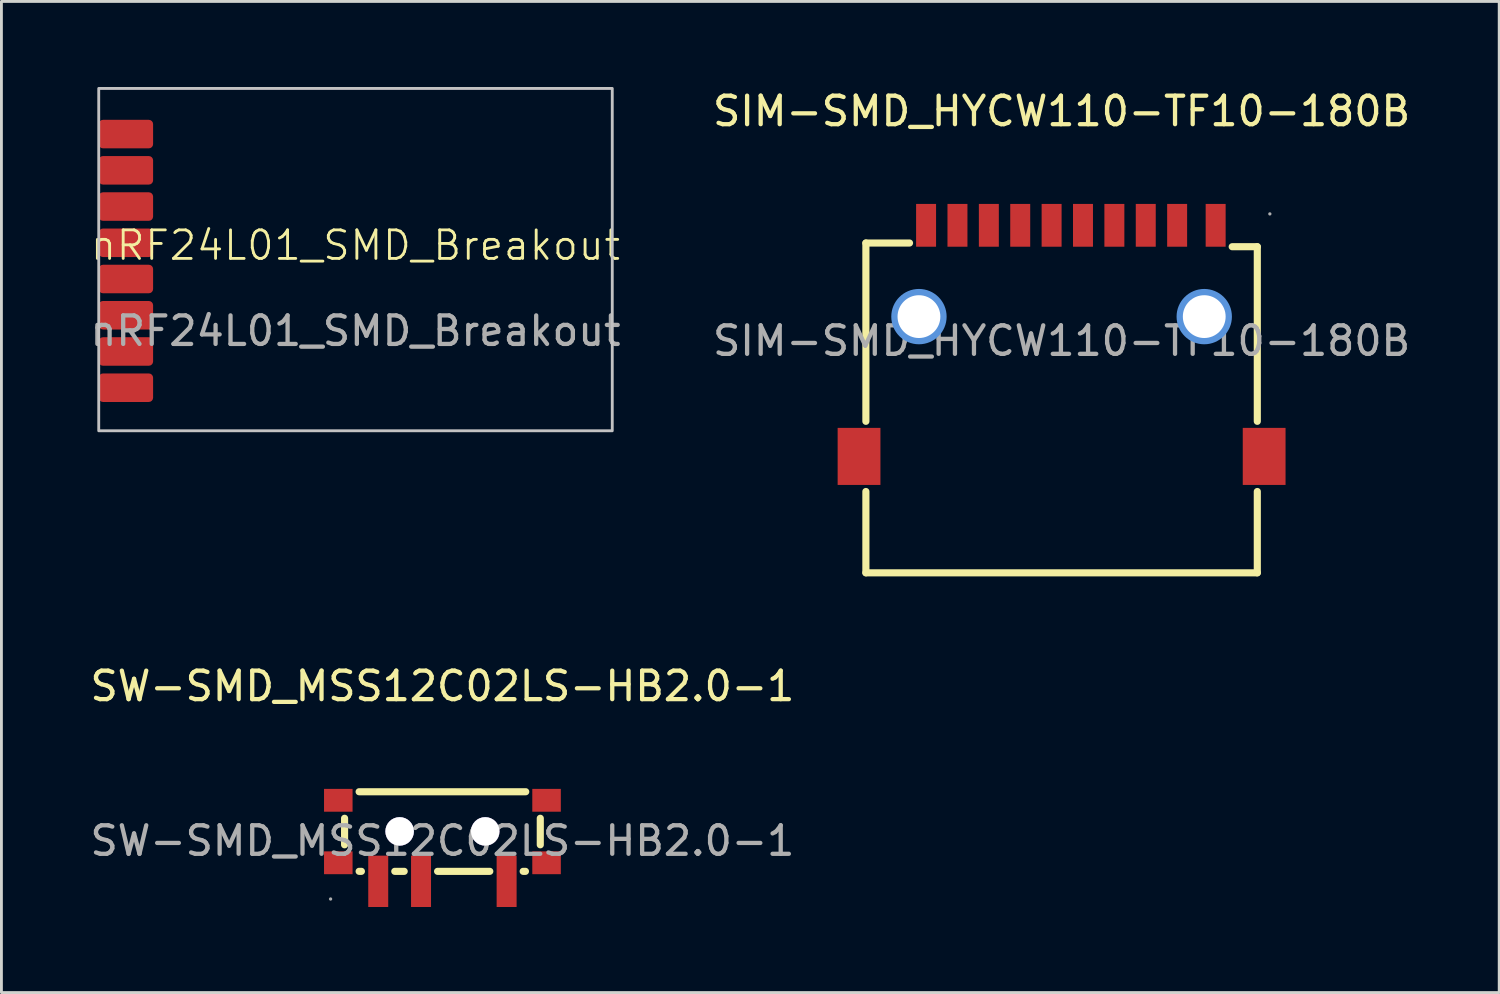
<source format=kicad_pcb>
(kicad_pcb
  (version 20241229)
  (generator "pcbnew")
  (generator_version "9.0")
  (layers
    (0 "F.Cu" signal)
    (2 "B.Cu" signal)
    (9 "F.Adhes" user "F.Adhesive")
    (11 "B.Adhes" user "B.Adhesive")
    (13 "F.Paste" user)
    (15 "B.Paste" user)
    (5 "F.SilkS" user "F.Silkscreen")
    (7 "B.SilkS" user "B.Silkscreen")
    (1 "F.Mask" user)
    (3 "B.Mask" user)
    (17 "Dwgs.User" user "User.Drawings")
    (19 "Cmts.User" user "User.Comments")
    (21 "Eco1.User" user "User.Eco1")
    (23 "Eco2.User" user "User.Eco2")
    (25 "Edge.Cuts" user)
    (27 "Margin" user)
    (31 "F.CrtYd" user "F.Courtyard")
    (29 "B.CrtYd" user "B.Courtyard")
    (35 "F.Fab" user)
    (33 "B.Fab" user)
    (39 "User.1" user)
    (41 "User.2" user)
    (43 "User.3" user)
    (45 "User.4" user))
  (footprint "SW-SMD_MSS12C02LS-HB2.0-1"
    (layer "F.Cu")
    (at 12.458 26.422)
    (property "Reference" "SW-SMD_MSS12C02LS-HB2.0-1" (at 0 -5.42 0) (layer "F.SilkS") (effects (font (size 1 1) (thickness 0.15))))
    (attr smd)
    (fp_line (start -3.43 -0.79) (end -3.43 0.14) (stroke (width 0.25) (type solid)) (layer "F.SilkS"))
    (fp_line (start -2.92 1.07) (end -2.84 1.07) (stroke (width 0.25) (type solid)) (layer "F.SilkS"))
    (fp_line (start -1.67 1.07) (end -1.34 1.07) (stroke (width 0.25) (type solid)) (layer "F.SilkS"))
    (fp_line (start -0.17 1.07) (end 1.66 1.07) (stroke (width 0.25) (type solid)) (layer "F.SilkS"))
    (fp_line (start 2.83 1.07) (end 2.91 1.07) (stroke (width 0.25) (type solid)) (layer "F.SilkS"))
    (fp_line (start 2.92 -1.72) (end -2.92 -1.72) (stroke (width 0.25) (type solid)) (layer "F.SilkS"))
    (fp_line (start 3.43 -0.79) (end 3.43 0.14) (stroke (width 0.25) (type solid)) (layer "F.SilkS"))
    (fp_circle (center -1.5 -0.33) (end -1.32 -0.33) (stroke (width 0.35) (type solid)) (fill no) (layer "Cmts.User"))
    (fp_circle (center 1.5 -0.33) (end 1.68 -0.33) (stroke (width 0.35) (type solid)) (fill no) (layer "Cmts.User"))
    (fp_circle (center -3.92 2.04) (end -3.89 2.04) (stroke (width 0.06) (type solid)) (fill no) (layer "F.Fab"))
    (fp_text user "${REFERENCE}" (at 0 0 0) (layer "F.Fab") (effects (font (size 1 1) (thickness 0.15))))
    (pad "" thru_hole circle (at -1.5 -0.33) (size 1 1) (drill 1) (layers "*.Cu" "*.Mask"))
    (pad "" thru_hole circle (at 1.5 -0.33) (size 1 1) (drill 1) (layers "*.Cu" "*.Mask"))
    (pad "1" smd rect (at -2.25 1.42) (size 0.7 1.8) (layers "F.Cu" "F.Mask" "F.Paste"))
    (pad "2" smd rect (at -0.75 1.42) (size 0.7 1.8) (layers "F.Cu" "F.Mask" "F.Paste"))
    (pad "3" smd rect (at 2.25 1.42) (size 0.7 1.8) (layers "F.Cu" "F.Mask" "F.Paste"))
    (pad "4" smd rect (at -3.65 -1.42 90) (size 0.8 1) (layers "F.Cu" "F.Mask" "F.Paste"))
    (pad "4" smd rect (at -3.65 0.77 90) (size 0.8 1) (layers "F.Cu" "F.Mask" "F.Paste"))
    (pad "4" smd rect (at 3.65 -1.42 90) (size 0.8 1) (layers "F.Cu" "F.Mask" "F.Paste"))
    (pad "4" smd rect (at 3.65 0.77 90) (size 0.8 1) (layers "F.Cu" "F.Mask" "F.Paste")))
  (footprint "nRF24L01_SMD_Breakout"
    (layer "F.Cu")
    (at 9.411 6.05)
    (property "Reference" "nRF24L01_SMD_Breakout" (at 0 -0.5 0) (unlocked yes) (layer "F.SilkS") (effects (font (size 1 1) (thickness 0.1))))
    (attr smd)
    (fp_rect (start -9 -6) (end 9 6) (stroke (width 0.1) (type solid)) (fill no) (layer "Dwgs.User"))
    (fp_rect (start -9 -6) (end 9 6) (stroke (width 0.05) (type default)) (fill no) (layer "F.CrtYd"))
    (fp_text user "${REFERENCE}" (at 0 2.5 0) (unlocked yes) (layer "F.Fab") (effects (font (size 1 1) (thickness 0.15))))
    (pad "1" smd roundrect (at -8.047 -3.13) (size 1.905 1) (layers "F.Cu" "F.Mask" "F.Paste") (roundrect_rratio 0.15))
    (pad "2" smd roundrect (at -8.047 -4.4) (size 1.905 1) (layers "F.Cu" "F.Mask" "F.Paste") (roundrect_rratio 0.15))
    (pad "3" smd roundrect (at -8.047 -1.86) (size 1.905 1) (layers "F.Cu" "F.Mask" "F.Paste") (roundrect_rratio 0.15))
    (pad "4" smd roundrect (at -8.047 -0.59) (size 1.905 1) (layers "F.Cu" "F.Mask" "F.Paste") (roundrect_rratio 0.15))
    (pad "5" smd roundrect (at -8.047 0.68) (size 1.905 1) (layers "F.Cu" "F.Mask" "F.Paste") (roundrect_rratio 0.15))
    (pad "6" smd roundrect (at -8.047 1.95) (size 1.905 1) (layers "F.Cu" "F.Mask" "F.Paste") (roundrect_rratio 0.15))
    (pad "7" smd roundrect (at -8.047 3.22) (size 1.905 1) (layers "F.Cu" "F.Mask" "F.Paste") (roundrect_rratio 0.15))
    (pad "8" smd roundrect (at -8.047 4.49) (size 1.905 1) (layers "F.Cu" "F.Mask" "F.Paste") (roundrect_rratio 0.15))
    (zone (net_name "") (layers "F.Cu" "B.Cu") (name "ANTENNA_KEEPOUT") (hatch full 0.5) (connect_pads) (min_thickness 0.25) (filled_areas_thickness no) (keepout (tracks not_allowed) (vias not_allowed) (pads not_allowed) (copperpour not_allowed) (footprints allowed)) (placement (enabled no)) (fill) (polygon (pts (xy 11.411 0.05) (xy 18.411 0.05) (xy 18.411 12.05) (xy 11.411 12.05)))))
  (footprint "SIM-SMD_HYCW110-TF10-180B"
    (layer "F.Cu")
    (at 34.161 8.898)
    (property "Reference" "SIM-SMD_HYCW110-TF10-180B" (at 0 -8.05 0) (layer "F.SilkS") (effects (font (size 1 1) (thickness 0.15))))
    (attr smd)
    (fp_line (start -6.86 -3.43) (end -5.33 -3.43) (stroke (width 0.25) (type solid)) (layer "F.SilkS"))
    (fp_line (start -6.86 2.82) (end -6.86 -3.43) (stroke (width 0.25) (type solid)) (layer "F.SilkS"))
    (fp_line (start -6.86 8.13) (end -6.86 5.28) (stroke (width 0.25) (type solid)) (layer "F.SilkS"))
    (fp_line (start 5.98 -3.3) (end 6.86 -3.3) (stroke (width 0.25) (type solid)) (layer "F.SilkS"))
    (fp_line (start 6.86 -3.3) (end 6.86 2.82) (stroke (width 0.25) (type solid)) (layer "F.SilkS"))
    (fp_line (start 6.86 5.28) (end 6.86 8.13) (stroke (width 0.25) (type solid)) (layer "F.SilkS"))
    (fp_line (start 6.86 8.13) (end -6.86 8.13) (stroke (width 0.25) (type solid)) (layer "F.SilkS"))
    (fp_circle (center -5 -0.85) (end -4.68 -0.85) (stroke (width 0.65) (type solid)) (fill no) (layer "Cmts.User"))
    (fp_circle (center 5 -0.85) (end 5.32 -0.85) (stroke (width 0.65) (type solid)) (fill no) (layer "Cmts.User"))
    (fp_circle (center 7.3 -4.45) (end 7.33 -4.45) (stroke (width 0.06) (type solid)) (fill no) (layer "F.Fab"))
    (fp_text user "${REFERENCE}" (at 0 0 0) (layer "F.Fab") (effects (font (size 1 1) (thickness 0.15))))
    (pad "" thru_hole circle (at -5 -0.85) (size 1.5 1.5) (drill 1.5) (layers "*.Cu" "*.Mask"))
    (pad "" thru_hole circle (at 5 -0.85) (size 1.5 1.5) (drill 1.5) (layers "*.Cu" "*.Mask"))
    (pad "1" smd rect (at 2.95 -4.05) (size 0.7 1.5) (layers "F.Cu" "F.Mask" "F.Paste"))
    (pad "2" smd rect (at 1.85 -4.05) (size 0.7 1.5) (layers "F.Cu" "F.Mask" "F.Paste"))
    (pad "3" smd rect (at 0.75 -4.05) (size 0.7 1.5) (layers "F.Cu" "F.Mask" "F.Paste"))
    (pad "4" smd rect (at -0.35 -4.05) (size 0.7 1.5) (layers "F.Cu" "F.Mask" "F.Paste"))
    (pad "5" smd rect (at -1.45 -4.05 180) (size 0.7 1.5) (layers "F.Cu" "F.Mask" "F.Paste"))
    (pad "6" smd rect (at -2.55 -4.05 180) (size 0.7 1.5) (layers "F.Cu" "F.Mask" "F.Paste"))
    (pad "7" smd rect (at -3.65 -4.05 180) (size 0.7 1.5) (layers "F.Cu" "F.Mask" "F.Paste"))
    (pad "8" smd rect (at -4.75 -4.05 180) (size 0.7 1.5) (layers "F.Cu" "F.Mask" "F.Paste"))
    (pad "9" smd rect (at 4.05 -4.05) (size 0.7 1.5) (layers "F.Cu" "F.Mask" "F.Paste"))
    (pad "10" smd rect (at 5.4 -4.05) (size 0.7 1.5) (layers "F.Cu" "F.Mask" "F.Paste"))
    (pad "11" smd rect (at -7.1 4.05) (size 1.5 2) (layers "F.Cu" "F.Mask" "F.Paste"))
    (pad "12" smd rect (at 7.1 4.05) (size 1.5 2) (layers "F.Cu" "F.Mask" "F.Paste")))
  (gr_rect
    (start -3 -3)
    (end 49.5 31.741)
    (stroke (width 0.1) (type default))
    (fill no)
    (layer "Edge.Cuts")))
</source>
